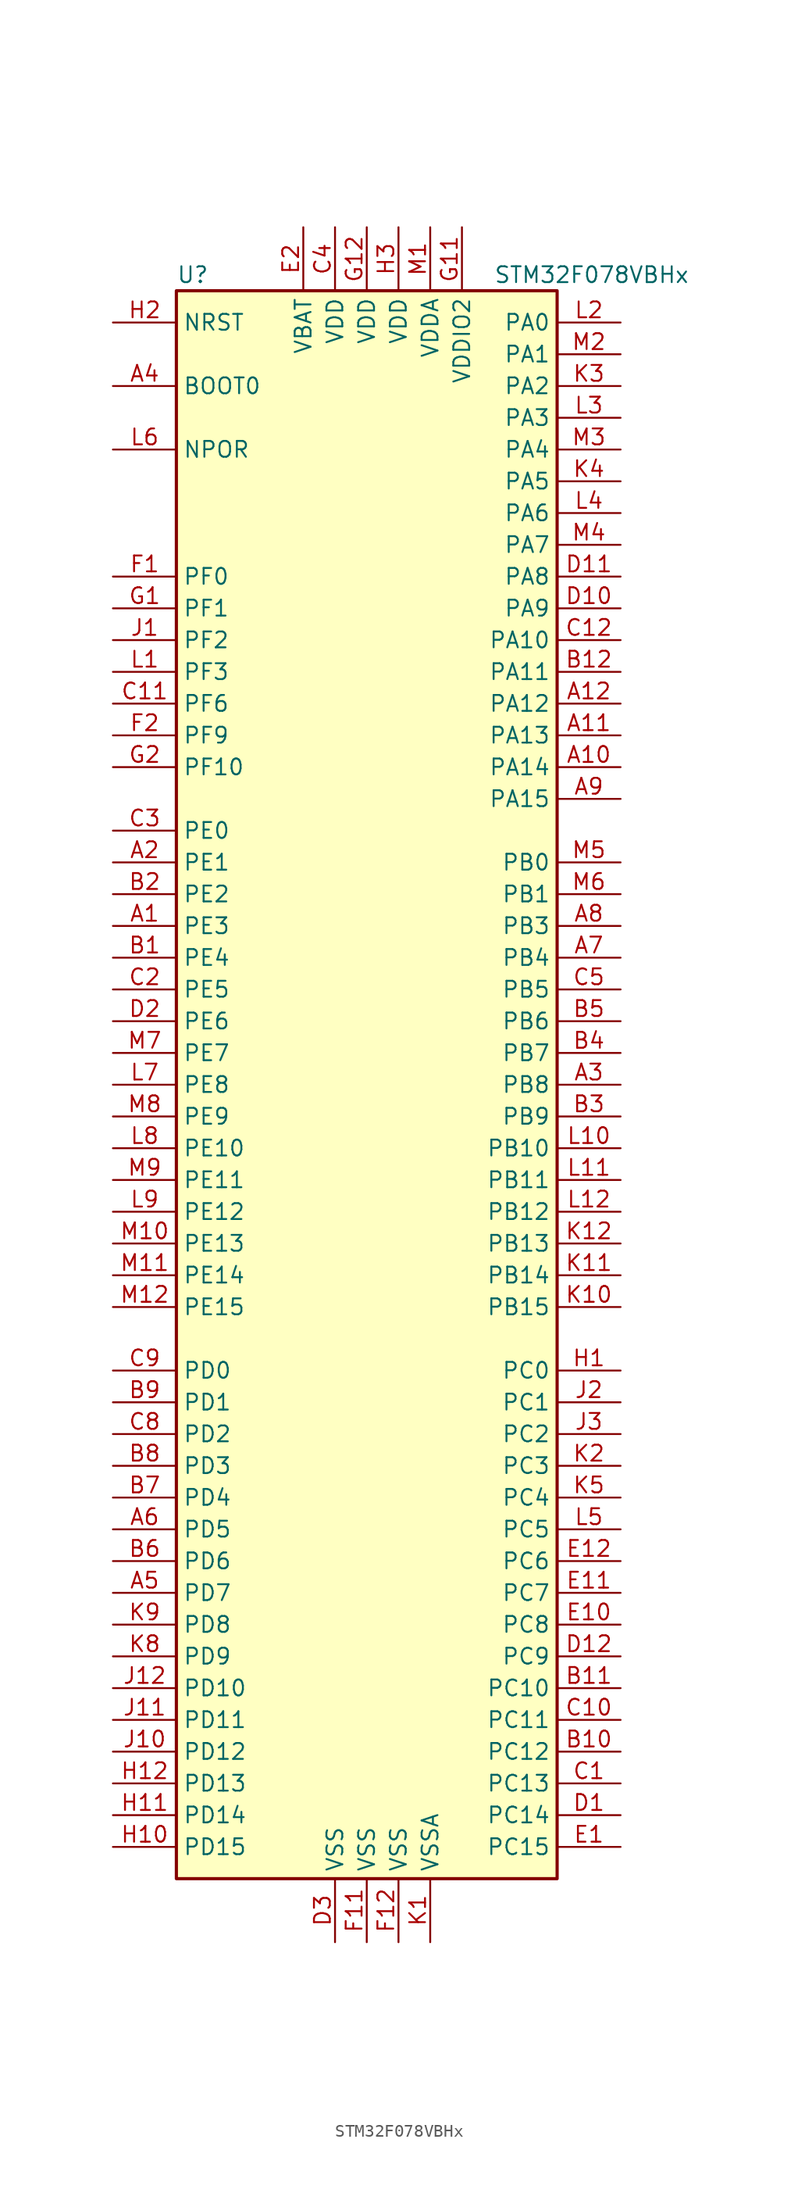
<source format=kicad_sym>
(kicad_symbol_lib
  (version 20200908)
  (generator kicad_symbol_editor)
  (symbol "MCU_ST_STM32F0:STM32F078VBHx"
    (property "Reference" "U"
      (at -15.24 64.77 0)
      (effects (font (size 1.27 1.27)) (justify left)))
    (property "Value" "STM32F078VBHx"
      (at 10.16 64.77 0)
      (effects (font (size 1.27 1.27)) (justify left)))
    (symbol "STM32F078VBHx_0_1"
      (rectangle (start -15.24 -63.5) (end 15.24 63.5) (stroke (width 0.254)) (fill (type background))))
    (symbol "STM32F078VBHx_1_1"
      (pin bidirectional line (at -20.32 12.7 0) (length 5.08) (name "PE3" (effects (font (size 1.27 1.27)))) (number "A1" (effects (font (size 1.27 1.27)))))
      (pin bidirectional line (at 20.32 25.4 180) (length 5.08) (name "PA14" (effects (font (size 1.27 1.27)))) (number "A10" (effects (font (size 1.27 1.27)))))
      (pin bidirectional line (at 20.32 27.94 180) (length 5.08) (name "PA13" (effects (font (size 1.27 1.27)))) (number "A11" (effects (font (size 1.27 1.27)))))
      (pin bidirectional line (at 20.32 30.48 180) (length 5.08) (name "PA12" (effects (font (size 1.27 1.27)))) (number "A12" (effects (font (size 1.27 1.27)))))
      (pin bidirectional line (at -20.32 17.78 0) (length 5.08) (name "PE1" (effects (font (size 1.27 1.27)))) (number "A2" (effects (font (size 1.27 1.27)))))
      (pin bidirectional line (at 20.32 0 180) (length 5.08) (name "PB8" (effects (font (size 1.27 1.27)))) (number "A3" (effects (font (size 1.27 1.27)))))
      (pin input line (at -20.32 55.88 0) (length 5.08) (name "BOOT0" (effects (font (size 1.27 1.27)))) (number "A4" (effects (font (size 1.27 1.27)))))
      (pin bidirectional line (at -20.32 -40.64 0) (length 5.08) (name "PD7" (effects (font (size 1.27 1.27)))) (number "A5" (effects (font (size 1.27 1.27)))))
      (pin bidirectional line (at -20.32 -35.56 0) (length 5.08) (name "PD5" (effects (font (size 1.27 1.27)))) (number "A6" (effects (font (size 1.27 1.27)))))
      (pin bidirectional line (at 20.32 10.16 180) (length 5.08) (name "PB4" (effects (font (size 1.27 1.27)))) (number "A7" (effects (font (size 1.27 1.27)))))
      (pin bidirectional line (at 20.32 12.7 180) (length 5.08) (name "PB3" (effects (font (size 1.27 1.27)))) (number "A8" (effects (font (size 1.27 1.27)))))
      (pin bidirectional line (at 20.32 22.86 180) (length 5.08) (name "PA15" (effects (font (size 1.27 1.27)))) (number "A9" (effects (font (size 1.27 1.27)))))
      (pin bidirectional line (at -20.32 10.16 0) (length 5.08) (name "PE4" (effects (font (size 1.27 1.27)))) (number "B1" (effects (font (size 1.27 1.27)))))
      (pin bidirectional line (at 20.32 -53.34 180) (length 5.08) (name "PC12" (effects (font (size 1.27 1.27)))) (number "B10" (effects (font (size 1.27 1.27)))))
      (pin bidirectional line (at 20.32 -48.26 180) (length 5.08) (name "PC10" (effects (font (size 1.27 1.27)))) (number "B11" (effects (font (size 1.27 1.27)))))
      (pin bidirectional line (at 20.32 33.02 180) (length 5.08) (name "PA11" (effects (font (size 1.27 1.27)))) (number "B12" (effects (font (size 1.27 1.27)))))
      (pin bidirectional line (at -20.32 15.24 0) (length 5.08) (name "PE2" (effects (font (size 1.27 1.27)))) (number "B2" (effects (font (size 1.27 1.27)))))
      (pin bidirectional line (at 20.32 -2.54 180) (length 5.08) (name "PB9" (effects (font (size 1.27 1.27)))) (number "B3" (effects (font (size 1.27 1.27)))))
      (pin bidirectional line (at 20.32 2.54 180) (length 5.08) (name "PB7" (effects (font (size 1.27 1.27)))) (number "B4" (effects (font (size 1.27 1.27)))))
      (pin bidirectional line (at 20.32 5.08 180) (length 5.08) (name "PB6" (effects (font (size 1.27 1.27)))) (number "B5" (effects (font (size 1.27 1.27)))))
      (pin bidirectional line (at -20.32 -38.1 0) (length 5.08) (name "PD6" (effects (font (size 1.27 1.27)))) (number "B6" (effects (font (size 1.27 1.27)))))
      (pin bidirectional line (at -20.32 -33.02 0) (length 5.08) (name "PD4" (effects (font (size 1.27 1.27)))) (number "B7" (effects (font (size 1.27 1.27)))))
      (pin bidirectional line (at -20.32 -30.48 0) (length 5.08) (name "PD3" (effects (font (size 1.27 1.27)))) (number "B8" (effects (font (size 1.27 1.27)))))
      (pin bidirectional line (at -20.32 -25.4 0) (length 5.08) (name "PD1" (effects (font (size 1.27 1.27)))) (number "B9" (effects (font (size 1.27 1.27)))))
      (pin bidirectional line (at 20.32 -55.88 180) (length 5.08) (name "PC13" (effects (font (size 1.27 1.27)))) (number "C1" (effects (font (size 1.27 1.27)))))
      (pin bidirectional line (at 20.32 -50.8 180) (length 5.08) (name "PC11" (effects (font (size 1.27 1.27)))) (number "C10" (effects (font (size 1.27 1.27)))))
      (pin bidirectional line (at -20.32 30.48 0) (length 5.08) (name "PF6" (effects (font (size 1.27 1.27)))) (number "C11" (effects (font (size 1.27 1.27)))))
      (pin bidirectional line (at 20.32 35.56 180) (length 5.08) (name "PA10" (effects (font (size 1.27 1.27)))) (number "C12" (effects (font (size 1.27 1.27)))))
      (pin bidirectional line (at -20.32 7.62 0) (length 5.08) (name "PE5" (effects (font (size 1.27 1.27)))) (number "C2" (effects (font (size 1.27 1.27)))))
      (pin bidirectional line (at -20.32 20.32 0) (length 5.08) (name "PE0" (effects (font (size 1.27 1.27)))) (number "C3" (effects (font (size 1.27 1.27)))))
      (pin power_in line (at -2.54 68.58 270) (length 5.08) (name "VDD" (effects (font (size 1.27 1.27)))) (number "C4" (effects (font (size 1.27 1.27)))))
      (pin bidirectional line (at 20.32 7.62 180) (length 5.08) (name "PB5" (effects (font (size 1.27 1.27)))) (number "C5" (effects (font (size 1.27 1.27)))))
      (pin bidirectional line (at -20.32 -27.94 0) (length 5.08) (name "PD2" (effects (font (size 1.27 1.27)))) (number "C8" (effects (font (size 1.27 1.27)))))
      (pin bidirectional line (at -20.32 -22.86 0) (length 5.08) (name "PD0" (effects (font (size 1.27 1.27)))) (number "C9" (effects (font (size 1.27 1.27)))))
      (pin bidirectional line (at 20.32 -58.42 180) (length 5.08) (name "PC14" (effects (font (size 1.27 1.27)))) (number "D1" (effects (font (size 1.27 1.27)))))
      (pin bidirectional line (at 20.32 38.1 180) (length 5.08) (name "PA9" (effects (font (size 1.27 1.27)))) (number "D10" (effects (font (size 1.27 1.27)))))
      (pin bidirectional line (at 20.32 40.64 180) (length 5.08) (name "PA8" (effects (font (size 1.27 1.27)))) (number "D11" (effects (font (size 1.27 1.27)))))
      (pin bidirectional line (at 20.32 -45.72 180) (length 5.08) (name "PC9" (effects (font (size 1.27 1.27)))) (number "D12" (effects (font (size 1.27 1.27)))))
      (pin bidirectional line (at -20.32 5.08 0) (length 5.08) (name "PE6" (effects (font (size 1.27 1.27)))) (number "D2" (effects (font (size 1.27 1.27)))))
      (pin power_in line (at -2.54 -68.58 90) (length 5.08) (name "VSS" (effects (font (size 1.27 1.27)))) (number "D3" (effects (font (size 1.27 1.27)))))
      (pin bidirectional line (at 20.32 -60.96 180) (length 5.08) (name "PC15" (effects (font (size 1.27 1.27)))) (number "E1" (effects (font (size 1.27 1.27)))))
      (pin bidirectional line (at 20.32 -43.18 180) (length 5.08) (name "PC8" (effects (font (size 1.27 1.27)))) (number "E10" (effects (font (size 1.27 1.27)))))
      (pin bidirectional line (at 20.32 -40.64 180) (length 5.08) (name "PC7" (effects (font (size 1.27 1.27)))) (number "E11" (effects (font (size 1.27 1.27)))))
      (pin bidirectional line (at 20.32 -38.1 180) (length 5.08) (name "PC6" (effects (font (size 1.27 1.27)))) (number "E12" (effects (font (size 1.27 1.27)))))
      (pin power_in line (at -5.08 68.58 270) (length 5.08) (name "VBAT" (effects (font (size 1.27 1.27)))) (number "E2" (effects (font (size 1.27 1.27)))))
      (pin unconnected line (at -15.24 -60.96 0) (length 5.08) hide (name "NC" (effects (font (size 1.27 1.27)))) (number "E3" (effects (font (size 1.27 1.27)))))
      (pin input line (at -20.32 40.64 0) (length 5.08) (name "PF0" (effects (font (size 1.27 1.27)))) (number "F1" (effects (font (size 1.27 1.27)))))
      (pin power_in line (at 0 -68.58 90) (length 5.08) (name "VSS" (effects (font (size 1.27 1.27)))) (number "F11" (effects (font (size 1.27 1.27)))))
      (pin power_in line (at 2.54 -68.58 90) (length 5.08) (name "VSS" (effects (font (size 1.27 1.27)))) (number "F12" (effects (font (size 1.27 1.27)))))
      (pin bidirectional line (at -20.32 27.94 0) (length 5.08) (name "PF9" (effects (font (size 1.27 1.27)))) (number "F2" (effects (font (size 1.27 1.27)))))
      (pin input line (at -20.32 38.1 0) (length 5.08) (name "PF1" (effects (font (size 1.27 1.27)))) (number "G1" (effects (font (size 1.27 1.27)))))
      (pin power_in line (at 7.62 68.58 270) (length 5.08) (name "VDDIO2" (effects (font (size 1.27 1.27)))) (number "G11" (effects (font (size 1.27 1.27)))))
      (pin power_in line (at 0 68.58 270) (length 5.08) (name "VDD" (effects (font (size 1.27 1.27)))) (number "G12" (effects (font (size 1.27 1.27)))))
      (pin bidirectional line (at -20.32 25.4 0) (length 5.08) (name "PF10" (effects (font (size 1.27 1.27)))) (number "G2" (effects (font (size 1.27 1.27)))))
      (pin bidirectional line (at 20.32 -22.86 180) (length 5.08) (name "PC0" (effects (font (size 1.27 1.27)))) (number "H1" (effects (font (size 1.27 1.27)))))
      (pin bidirectional line (at -20.32 -60.96 0) (length 5.08) (name "PD15" (effects (font (size 1.27 1.27)))) (number "H10" (effects (font (size 1.27 1.27)))))
      (pin bidirectional line (at -20.32 -58.42 0) (length 5.08) (name "PD14" (effects (font (size 1.27 1.27)))) (number "H11" (effects (font (size 1.27 1.27)))))
      (pin bidirectional line (at -20.32 -55.88 0) (length 5.08) (name "PD13" (effects (font (size 1.27 1.27)))) (number "H12" (effects (font (size 1.27 1.27)))))
      (pin input line (at -20.32 60.96 0) (length 5.08) (name "NRST" (effects (font (size 1.27 1.27)))) (number "H2" (effects (font (size 1.27 1.27)))))
      (pin power_in line (at 2.54 68.58 270) (length 5.08) (name "VDD" (effects (font (size 1.27 1.27)))) (number "H3" (effects (font (size 1.27 1.27)))))
      (pin bidirectional line (at -20.32 35.56 0) (length 5.08) (name "PF2" (effects (font (size 1.27 1.27)))) (number "J1" (effects (font (size 1.27 1.27)))))
      (pin bidirectional line (at -20.32 -53.34 0) (length 5.08) (name "PD12" (effects (font (size 1.27 1.27)))) (number "J10" (effects (font (size 1.27 1.27)))))
      (pin bidirectional line (at -20.32 -50.8 0) (length 5.08) (name "PD11" (effects (font (size 1.27 1.27)))) (number "J11" (effects (font (size 1.27 1.27)))))
      (pin bidirectional line (at -20.32 -48.26 0) (length 5.08) (name "PD10" (effects (font (size 1.27 1.27)))) (number "J12" (effects (font (size 1.27 1.27)))))
      (pin bidirectional line (at 20.32 -25.4 180) (length 5.08) (name "PC1" (effects (font (size 1.27 1.27)))) (number "J2" (effects (font (size 1.27 1.27)))))
      (pin bidirectional line (at 20.32 -27.94 180) (length 5.08) (name "PC2" (effects (font (size 1.27 1.27)))) (number "J3" (effects (font (size 1.27 1.27)))))
      (pin power_in line (at 5.08 -68.58 90) (length 5.08) (name "VSSA" (effects (font (size 1.27 1.27)))) (number "K1" (effects (font (size 1.27 1.27)))))
      (pin bidirectional line (at 20.32 -17.78 180) (length 5.08) (name "PB15" (effects (font (size 1.27 1.27)))) (number "K10" (effects (font (size 1.27 1.27)))))
      (pin bidirectional line (at 20.32 -15.24 180) (length 5.08) (name "PB14" (effects (font (size 1.27 1.27)))) (number "K11" (effects (font (size 1.27 1.27)))))
      (pin bidirectional line (at 20.32 -12.7 180) (length 5.08) (name "PB13" (effects (font (size 1.27 1.27)))) (number "K12" (effects (font (size 1.27 1.27)))))
      (pin bidirectional line (at 20.32 -30.48 180) (length 5.08) (name "PC3" (effects (font (size 1.27 1.27)))) (number "K2" (effects (font (size 1.27 1.27)))))
      (pin bidirectional line (at 20.32 55.88 180) (length 5.08) (name "PA2" (effects (font (size 1.27 1.27)))) (number "K3" (effects (font (size 1.27 1.27)))))
      (pin bidirectional line (at 20.32 48.26 180) (length 5.08) (name "PA5" (effects (font (size 1.27 1.27)))) (number "K4" (effects (font (size 1.27 1.27)))))
      (pin bidirectional line (at 20.32 -33.02 180) (length 5.08) (name "PC4" (effects (font (size 1.27 1.27)))) (number "K5" (effects (font (size 1.27 1.27)))))
      (pin bidirectional line (at -20.32 -45.72 0) (length 5.08) (name "PD9" (effects (font (size 1.27 1.27)))) (number "K8" (effects (font (size 1.27 1.27)))))
      (pin bidirectional line (at -20.32 -43.18 0) (length 5.08) (name "PD8" (effects (font (size 1.27 1.27)))) (number "K9" (effects (font (size 1.27 1.27)))))
      (pin bidirectional line (at -20.32 33.02 0) (length 5.08) (name "PF3" (effects (font (size 1.27 1.27)))) (number "L1" (effects (font (size 1.27 1.27)))))
      (pin bidirectional line (at 20.32 -5.08 180) (length 5.08) (name "PB10" (effects (font (size 1.27 1.27)))) (number "L10" (effects (font (size 1.27 1.27)))))
      (pin bidirectional line (at 20.32 -7.62 180) (length 5.08) (name "PB11" (effects (font (size 1.27 1.27)))) (number "L11" (effects (font (size 1.27 1.27)))))
      (pin bidirectional line (at 20.32 -10.16 180) (length 5.08) (name "PB12" (effects (font (size 1.27 1.27)))) (number "L12" (effects (font (size 1.27 1.27)))))
      (pin bidirectional line (at 20.32 60.96 180) (length 5.08) (name "PA0" (effects (font (size 1.27 1.27)))) (number "L2" (effects (font (size 1.27 1.27)))))
      (pin bidirectional line (at 20.32 53.34 180) (length 5.08) (name "PA3" (effects (font (size 1.27 1.27)))) (number "L3" (effects (font (size 1.27 1.27)))))
      (pin bidirectional line (at 20.32 45.72 180) (length 5.08) (name "PA6" (effects (font (size 1.27 1.27)))) (number "L4" (effects (font (size 1.27 1.27)))))
      (pin bidirectional line (at 20.32 -35.56 180) (length 5.08) (name "PC5" (effects (font (size 1.27 1.27)))) (number "L5" (effects (font (size 1.27 1.27)))))
      (pin power_in line (at -20.32 50.8 0) (length 5.08) (name "NPOR" (effects (font (size 1.27 1.27)))) (number "L6" (effects (font (size 1.27 1.27)))))
      (pin bidirectional line (at -20.32 0 0) (length 5.08) (name "PE8" (effects (font (size 1.27 1.27)))) (number "L7" (effects (font (size 1.27 1.27)))))
      (pin bidirectional line (at -20.32 -5.08 0) (length 5.08) (name "PE10" (effects (font (size 1.27 1.27)))) (number "L8" (effects (font (size 1.27 1.27)))))
      (pin bidirectional line (at -20.32 -10.16 0) (length 5.08) (name "PE12" (effects (font (size 1.27 1.27)))) (number "L9" (effects (font (size 1.27 1.27)))))
      (pin power_in line (at 5.08 68.58 270) (length 5.08) (name "VDDA" (effects (font (size 1.27 1.27)))) (number "M1" (effects (font (size 1.27 1.27)))))
      (pin bidirectional line (at -20.32 -12.7 0) (length 5.08) (name "PE13" (effects (font (size 1.27 1.27)))) (number "M10" (effects (font (size 1.27 1.27)))))
      (pin bidirectional line (at -20.32 -15.24 0) (length 5.08) (name "PE14" (effects (font (size 1.27 1.27)))) (number "M11" (effects (font (size 1.27 1.27)))))
      (pin bidirectional line (at -20.32 -17.78 0) (length 5.08) (name "PE15" (effects (font (size 1.27 1.27)))) (number "M12" (effects (font (size 1.27 1.27)))))
      (pin bidirectional line (at 20.32 58.42 180) (length 5.08) (name "PA1" (effects (font (size 1.27 1.27)))) (number "M2" (effects (font (size 1.27 1.27)))))
      (pin bidirectional line (at 20.32 50.8 180) (length 5.08) (name "PA4" (effects (font (size 1.27 1.27)))) (number "M3" (effects (font (size 1.27 1.27)))))
      (pin bidirectional line (at 20.32 43.18 180) (length 5.08) (name "PA7" (effects (font (size 1.27 1.27)))) (number "M4" (effects (font (size 1.27 1.27)))))
      (pin bidirectional line (at 20.32 17.78 180) (length 5.08) (name "PB0" (effects (font (size 1.27 1.27)))) (number "M5" (effects (font (size 1.27 1.27)))))
      (pin bidirectional line (at 20.32 15.24 180) (length 5.08) (name "PB1" (effects (font (size 1.27 1.27)))) (number "M6" (effects (font (size 1.27 1.27)))))
      (pin bidirectional line (at -20.32 2.54 0) (length 5.08) (name "PE7" (effects (font (size 1.27 1.27)))) (number "M7" (effects (font (size 1.27 1.27)))))
      (pin bidirectional line (at -20.32 -2.54 0) (length 5.08) (name "PE9" (effects (font (size 1.27 1.27)))) (number "M8" (effects (font (size 1.27 1.27)))))
      (pin bidirectional line (at -20.32 -7.62 0) (length 5.08) (name "PE11" (effects (font (size 1.27 1.27)))) (number "M9" (effects (font (size 1.27 1.27))))))))
</source>
